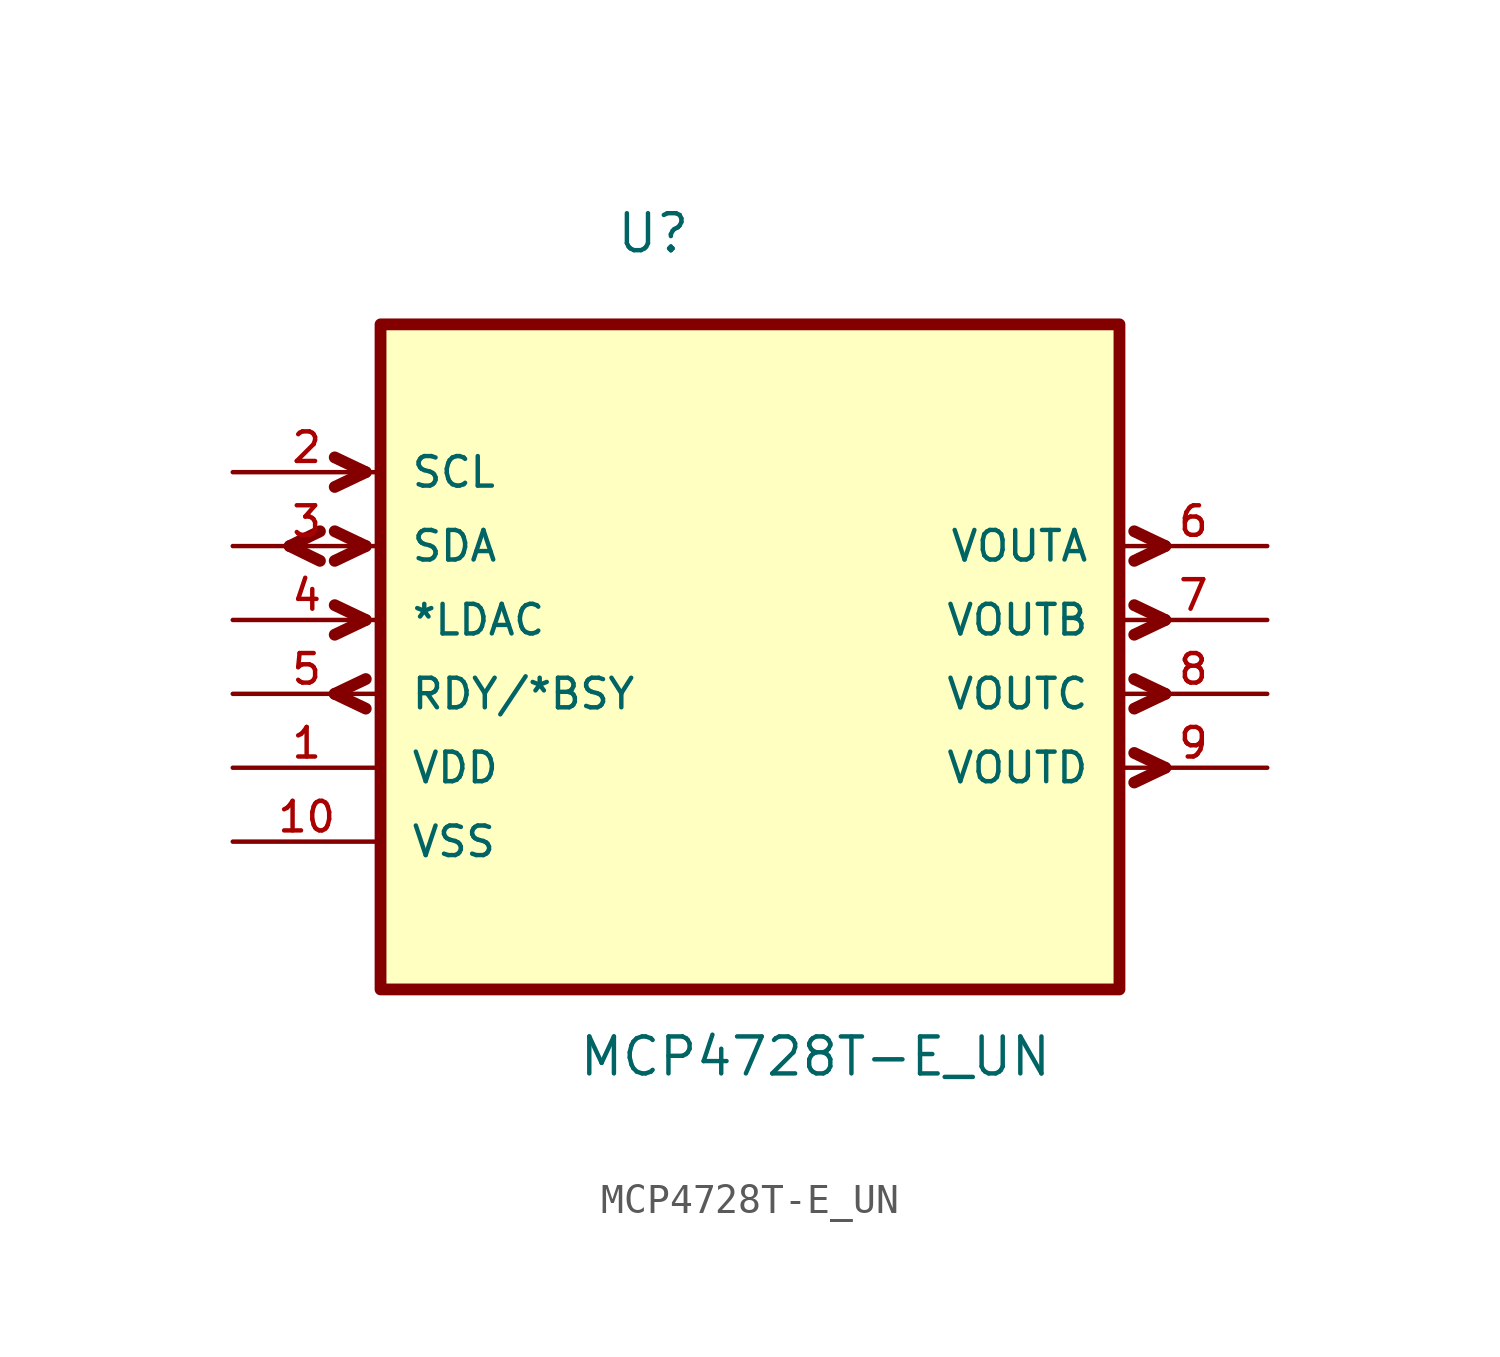
<source format=kicad_sym>
(kicad_symbol_lib
  (version 20211014)
  (generator kicad_symbol_editor)
  (symbol "MCP4728T-E_UN"
    (pin_names
      (offset 1.016))
    (property "Reference" "U"
      (at -4.635 10.008 0.0)
      (effects (font (size 1.27 1.27)) (justify bottom left)))
    (property "Value" "MCP4728T-E_UN"
      (at -5.927 -18.29 0.0)
      (effects (font (size 1.27 1.27)) (justify bottom left)))
    (symbol "MCP4728T-E_UN_0_0"
      (polyline (pts (xy -13.208 2.54) (xy -14.275 3.048)) (stroke (width 0.406)))
      (polyline (pts (xy -13.208 2.54) (xy -14.275 2.032)) (stroke (width 0.406)))
      (polyline (pts (xy -13.208 0.0) (xy -14.275 0.508)) (stroke (width 0.406)))
      (polyline (pts (xy -13.208 0.0) (xy -14.275 -0.508)) (stroke (width 0.406)))
      (polyline (pts (xy -14.783 0.508) (xy -15.824 0.0)) (stroke (width 0.406)))
      (polyline (pts (xy -14.783 -0.508) (xy -15.824 0.0)) (stroke (width 0.406)))
      (polyline (pts (xy -13.208 -2.54) (xy -14.275 -2.032)) (stroke (width 0.406)))
      (polyline (pts (xy -13.208 -2.54) (xy -14.275 -3.048)) (stroke (width 0.406)))
      (polyline (pts (xy -13.208 -4.572) (xy -14.275 -5.08)) (stroke (width 0.406)))
      (polyline (pts (xy -13.208 -5.588) (xy -14.275 -5.08)) (stroke (width 0.406)))
      (polyline (pts (xy 13.208 -7.112) (xy 14.275 -7.62)) (stroke (width 0.406)))
      (polyline (pts (xy 13.208 -8.128) (xy 14.275 -7.62)) (stroke (width 0.406)))
      (polyline (pts (xy 13.208 -4.572) (xy 14.275 -5.08)) (stroke (width 0.406)))
      (polyline (pts (xy 13.208 -5.588) (xy 14.275 -5.08)) (stroke (width 0.406)))
      (polyline (pts (xy 13.208 -2.032) (xy 14.275 -2.54)) (stroke (width 0.406)))
      (polyline (pts (xy 13.208 -3.048) (xy 14.275 -2.54)) (stroke (width 0.406)))
      (polyline (pts (xy 13.208 0.508) (xy 14.275 0.0)) (stroke (width 0.406)))
      (polyline (pts (xy 13.208 -0.508) (xy 14.275 0.0)) (stroke (width 0.406)))
      (rectangle (start -12.7 -15.24) (end 12.7 7.62) (stroke (width 0.406)) (fill (type background)))
      (pin input line (at -17.78 2.54 0) (length 5.08) (name "SCL" (effects (font (size 1.016 1.016)))) (number "2" (effects (font (size 1.016 1.016)))))
      (pin bidirectional line (at -17.78 0.0 0) (length 5.08) (name "SDA" (effects (font (size 1.016 1.016)))) (number "3" (effects (font (size 1.016 1.016)))))
      (pin input line (at -17.78 -2.54 0) (length 5.08) (name "*LDAC" (effects (font (size 1.016 1.016)))) (number "4" (effects (font (size 1.016 1.016)))))
      (pin output line (at -17.78 -5.08 0) (length 5.08) (name "RDY/*BSY" (effects (font (size 1.016 1.016)))) (number "5" (effects (font (size 1.016 1.016)))))
      (pin power_in line (at -17.78 -7.62 0) (length 5.08) (name "VDD" (effects (font (size 1.016 1.016)))) (number "1" (effects (font (size 1.016 1.016)))))
      (pin power_in line (at -17.78 -10.16 0) (length 5.08) (name "VSS" (effects (font (size 1.016 1.016)))) (number "10" (effects (font (size 1.016 1.016)))))
      (pin output line (at 17.78 -7.62 180.0) (length 5.08) (name "VOUTD" (effects (font (size 1.016 1.016)))) (number "9" (effects (font (size 1.016 1.016)))))
      (pin output line (at 17.78 -5.08 180.0) (length 5.08) (name "VOUTC" (effects (font (size 1.016 1.016)))) (number "8" (effects (font (size 1.016 1.016)))))
      (pin output line (at 17.78 -2.54 180.0) (length 5.08) (name "VOUTB" (effects (font (size 1.016 1.016)))) (number "7" (effects (font (size 1.016 1.016)))))
      (pin output line (at 17.78 0.0 180.0) (length 5.08) (name "VOUTA" (effects (font (size 1.016 1.016)))) (number "6" (effects (font (size 1.016 1.016))))))))
</source>
